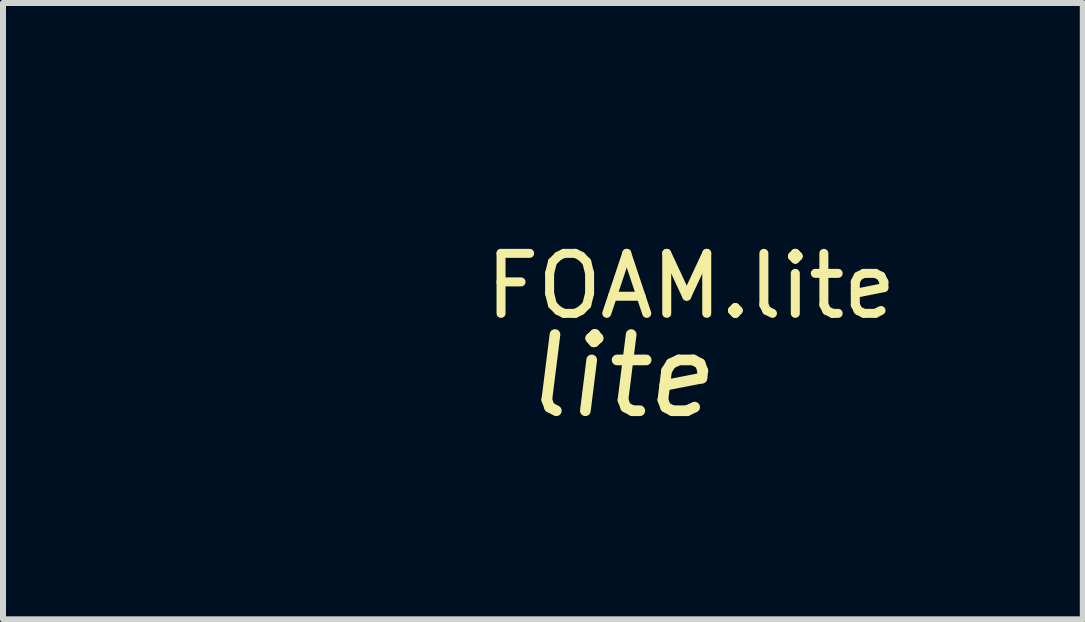
<source format=kicad_pcb>
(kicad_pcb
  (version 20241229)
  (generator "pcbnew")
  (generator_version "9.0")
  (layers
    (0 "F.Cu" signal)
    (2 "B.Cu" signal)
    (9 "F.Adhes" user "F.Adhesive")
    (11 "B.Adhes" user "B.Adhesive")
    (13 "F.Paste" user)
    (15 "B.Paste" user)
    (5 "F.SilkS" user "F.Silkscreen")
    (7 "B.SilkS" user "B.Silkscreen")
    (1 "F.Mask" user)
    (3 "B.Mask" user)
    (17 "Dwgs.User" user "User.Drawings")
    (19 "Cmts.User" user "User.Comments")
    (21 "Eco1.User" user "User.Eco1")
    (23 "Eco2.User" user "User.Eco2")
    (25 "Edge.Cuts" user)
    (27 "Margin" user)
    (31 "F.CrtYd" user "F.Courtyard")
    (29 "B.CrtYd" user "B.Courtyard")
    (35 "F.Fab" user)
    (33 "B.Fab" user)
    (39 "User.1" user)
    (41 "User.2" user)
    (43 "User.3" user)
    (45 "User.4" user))
  (footprint "FOAM.lite"
    (layer "F.Cu")
    (at 8.468 2.218)
    (property "Reference" "FOAM.lite" (at 0 -0.5 0) (unlocked yes) (layer "F.SilkS") (effects (font (size 1 1) (thickness 0.15))))
    (fp_line (start -4.49 -0.06) (end -3.56 -2.12) (stroke (width 0.12) (type solid)) (layer "F.Mask"))
    (fp_line (start -3.5 -2.09) (end -2.88 -0.76) (stroke (width 0.12) (type solid)) (layer "F.Mask"))
    (fp_line (start -2.85 -0.7) (end -4.14 -0.7) (stroke (width 0.12) (type solid)) (layer "F.Mask"))
    (fp_line (start -2.56 -0.07) (end -2.85 -0.7) (stroke (width 0.12) (type solid)) (layer "F.Mask"))
    (fp_circle (center -5.81 -1.1) (end -4.77 -1.07) (stroke (width 0.12) (type solid)) (fill no) (layer "F.Mask"))
    (fp_poly (pts (xy -3.527 -2.029) (xy -4.102 -0.755) (xy -2.947 -0.755) (xy -3.527 -2.029)) (stroke (width 0.076) (type solid)) (fill no) (layer "F.Mask"))
    (fp_poly (pts (xy -4.157 -0.625) (xy -4.437 -0.007) (xy -4.58 -0.007) (xy -3.596 -2.18) (xy -3.456 -2.18) (xy -2.463 -0.007) (xy -2.605 -0.007) (xy -2.888 -0.625) (xy -4.157 -0.625)) (stroke (width 0.076) (type solid)) (fill no) (layer "F.Mask"))
    (fp_poly (pts (xy -8.3 -2.05) (xy -8.3 -1.112) (xy -7.256 -1.112) (xy -7.256 -0.981) (xy -8.3 -0.981) (xy -8.3 -0.007) (xy -8.43 -0.007) (xy -8.43 -2.18) (xy -7.123 -2.18) (xy -7.123 -2.05) (xy -8.3 -2.05)) (stroke (width 0.076) (type solid)) (fill yes) (layer "F.Mask"))
    (fp_poly (pts (xy -0.091 -0.007) (xy -0.091 -1.997) (xy -0.985 -0.243) (xy -1.044 -0.243) (xy -1.941 -1.997) (xy -1.941 -0.007) (xy -2.065 -0.007) (xy -2.065 -2.18) (xy -1.885 -2.18) (xy -1.009 -0.469) (xy -0.146 -2.18) (xy 0.034 -2.18) (xy 0.034 -0.007) (xy -0.091 -0.007)) (stroke (width 0.076) (type solid)) (fill yes) (layer "F.Mask"))
    (fp_poly (pts (xy -4.698 -1.093) (xy -4.701 -1.036) (xy -4.706 -0.98) (xy -4.714 -0.925) (xy -4.724 -0.871) (xy -4.737 -0.817) (xy -4.753 -0.765) (xy -4.771 -0.714) (xy -4.792 -0.664) (xy -4.815 -0.615) (xy -4.84 -0.568) (xy -4.867 -0.522) (xy -4.897 -0.478) (xy -4.928 -0.435) (xy -4.962 -0.393) (xy -4.997 -0.354) (xy -5.034 -0.316) (xy -5.073 -0.28) (xy -5.114 -0.246) (xy -5.156 -0.213) (xy -5.2 -0.183) (xy -5.246 -0.155) (xy -5.292 -0.129) (xy -5.341 -0.105) (xy -5.39 -0.084) (xy -5.44 -0.065) (xy -5.492 -0.048) (xy -5.545 -0.034) (xy -5.599 -0.023) (xy -5.653 -0.014) (xy -5.709 -0.008) (xy -5.765 -0.004) (xy -5.822 -0.004) (xy -5.879 -0.004) (xy -5.935 -0.008) (xy -5.991 -0.014) (xy -6.045 -0.023) (xy -6.099 -0.034) (xy -6.152 -0.048) (xy -6.204 -0.065) (xy -6.254 -0.084) (xy -6.303 -0.105) (xy -6.352 -0.129) (xy -6.398 -0.155) (xy -6.444 -0.183) (xy -6.487 -0.213) (xy -6.53 -0.246) (xy -6.57 -0.28) (xy -6.609 -0.316) (xy -6.647 -0.354) (xy -6.682 -0.393) (xy -6.716 -0.435) (xy -6.747 -0.478) (xy -6.777 -0.522) (xy -6.804 -0.568) (xy -6.829 -0.615) (xy -6.852 -0.664) (xy -6.873 -0.714) (xy -6.891 -0.765) (xy -6.907 -0.817) (xy -6.92 -0.871) (xy -6.93 -0.925) (xy -6.938 -0.98) (xy -6.943 -1.036) (xy -6.946 -1.093) (xy -6.944 -1.148) (xy -6.939 -1.203) (xy -6.931 -1.256) (xy -6.921 -1.31) (xy -6.908 -1.362) (xy -6.893 -1.414) (xy -6.875 -1.465) (xy -6.855 -1.515) (xy -6.832 -1.564) (xy -6.807 -1.612) (xy -6.78 -1.658) (xy -6.75 -1.704) (xy -6.718 -1.748) (xy -6.684 -1.79) (xy -6.648 -1.831) (xy -6.609 -1.87) (xy -6.569 -1.907) (xy -6.527 -1.942) (xy -6.483 -1.975) (xy -6.439 -2.005) (xy -6.392 -2.033) (xy -6.345 -2.059) (xy -6.296 -2.082) (xy -6.247 -2.103) (xy -6.196 -2.122) (xy -6.144 -2.138) (xy -6.092 -2.151) (xy -6.039 -2.162) (xy -5.985 -2.171) (xy -5.931 -2.177) (xy -5.877 -2.18) (xy -5.822 -2.18) (xy -5.767 -2.18) (xy -5.713 -2.177) (xy -5.658 -2.171) (xy -5.605 -2.162) (xy -5.552 -2.151) (xy -5.5 -2.138) (xy -5.448 -2.122) (xy -5.397 -2.103) (xy -5.348 -2.082) (xy -5.299 -2.059) (xy -5.252 -2.033) (xy -5.205 -2.005) (xy -5.16 -1.975) (xy -5.117 -1.942) (xy -5.075 -1.907) (xy -5.035 -1.87) (xy -4.996 -1.831) (xy -4.96 -1.79) (xy -4.926 -1.748) (xy -4.894 -1.704) (xy -4.864 -1.658) (xy -4.837 -1.612) (xy -4.812 -1.564) (xy -4.789 -1.515) (xy -4.769 -1.465) (xy -4.751 -1.414) (xy -4.736 -1.362) (xy -4.723 -1.31) (xy -4.713 -1.256) (xy -4.705 -1.203) (xy -4.7 -1.148) (xy -4.698 -1.093)) (stroke (width 0.076) (type solid)) (fill no) (layer "F.Mask"))
    (fp_poly (pts (xy -6.812 -1.093) (xy -6.809 -1.044) (xy -6.804 -0.995) (xy -6.796 -0.947) (xy -6.786 -0.9) (xy -6.773 -0.853) (xy -6.759 -0.808) (xy -6.742 -0.763) (xy -6.724 -0.72) (xy -6.703 -0.678) (xy -6.681 -0.637) (xy -6.656 -0.597) (xy -6.63 -0.558) (xy -6.602 -0.521) (xy -6.573 -0.485) (xy -6.542 -0.451) (xy -6.509 -0.418) (xy -6.475 -0.386) (xy -6.439 -0.356) (xy -6.402 -0.328) (xy -6.364 -0.302) (xy -6.324 -0.277) (xy -6.283 -0.255) (xy -6.241 -0.234) (xy -6.198 -0.215) (xy -6.154 -0.198) (xy -6.109 -0.183) (xy -6.063 -0.17) (xy -6.017 -0.16) (xy -5.969 -0.152) (xy -5.921 -0.146) (xy -5.872 -0.142) (xy -5.822 -0.141) (xy -5.772 -0.142) (xy -5.723 -0.146) (xy -5.675 -0.152) (xy -5.627 -0.16) (xy -5.581 -0.17) (xy -5.535 -0.183) (xy -5.49 -0.198) (xy -5.446 -0.215) (xy -5.402 -0.234) (xy -5.361 -0.255) (xy -5.32 -0.277) (xy -5.28 -0.302) (xy -5.242 -0.328) (xy -5.205 -0.356) (xy -5.169 -0.386) (xy -5.135 -0.418) (xy -5.102 -0.451) (xy -5.071 -0.485) (xy -5.041 -0.521) (xy -5.014 -0.558) (xy -4.988 -0.597) (xy -4.963 -0.637) (xy -4.941 -0.678) (xy -4.92 -0.72) (xy -4.902 -0.763) (xy -4.885 -0.808) (xy -4.87 -0.853) (xy -4.858 -0.9) (xy -4.848 -0.947) (xy -4.84 -0.995) (xy -4.835 -1.044) (xy -4.831 -1.093) (xy -4.834 -1.143) (xy -4.838 -1.193) (xy -4.845 -1.241) (xy -4.855 -1.289) (xy -4.867 -1.336) (xy -4.88 -1.382) (xy -4.897 -1.427) (xy -4.915 -1.471) (xy -4.935 -1.514) (xy -4.957 -1.556) (xy -4.981 -1.596) (xy -5.007 -1.635) (xy -5.035 -1.673) (xy -5.065 -1.709) (xy -5.096 -1.744) (xy -5.129 -1.777) (xy -5.163 -1.809) (xy -5.199 -1.839) (xy -5.236 -1.868) (xy -5.275 -1.894) (xy -5.315 -1.919) (xy -5.356 -1.942) (xy -5.398 -1.963) (xy -5.442 -1.982) (xy -5.486 -1.998) (xy -5.532 -2.013) (xy -5.578 -2.025) (xy -5.625 -2.036) (xy -5.673 -2.044) (xy -5.722 -2.049) (xy -5.772 -2.052) (xy -5.822 -2.053) (xy -5.872 -2.052) (xy -5.922 -2.049) (xy -5.971 -2.044) (xy -6.019 -2.036) (xy -6.066 -2.026) (xy -6.112 -2.013) (xy -6.158 -1.999) (xy -6.202 -1.982) (xy -6.246 -1.963) (xy -6.288 -1.942) (xy -6.329 -1.919) (xy -6.369 -1.894) (xy -6.408 -1.868) (xy -6.445 -1.839) (xy -6.481 -1.809) (xy -6.515 -1.778) (xy -6.548 -1.744) (xy -6.579 -1.709) (xy -6.609 -1.673) (xy -6.637 -1.635) (xy -6.663 -1.596) (xy -6.687 -1.556) (xy -6.709 -1.514) (xy -6.729 -1.471) (xy -6.748 -1.427) (xy -6.764 -1.382) (xy -6.778 -1.336) (xy -6.789 -1.289) (xy -6.799 -1.242) (xy -6.806 -1.193) (xy -6.81 -1.143) (xy -6.812 -1.093) (xy -6.812 -1.093)) (stroke (width 0.076) (type solid)) (fill no) (layer "F.Mask"))
    (fp_text user "lite" (at 0.48 1 0) (unlocked yes) (layer "F.SilkS") (effects (font (size 1.27 1.27) (thickness 0.178) (italic yes)) (justify right))))
  (gr_rect
    (start -3 -3)
    (end 14.998 7.273)
    (stroke (width 0.1) (type default))
    (fill no)
    (layer "Edge.Cuts")))
</source>
